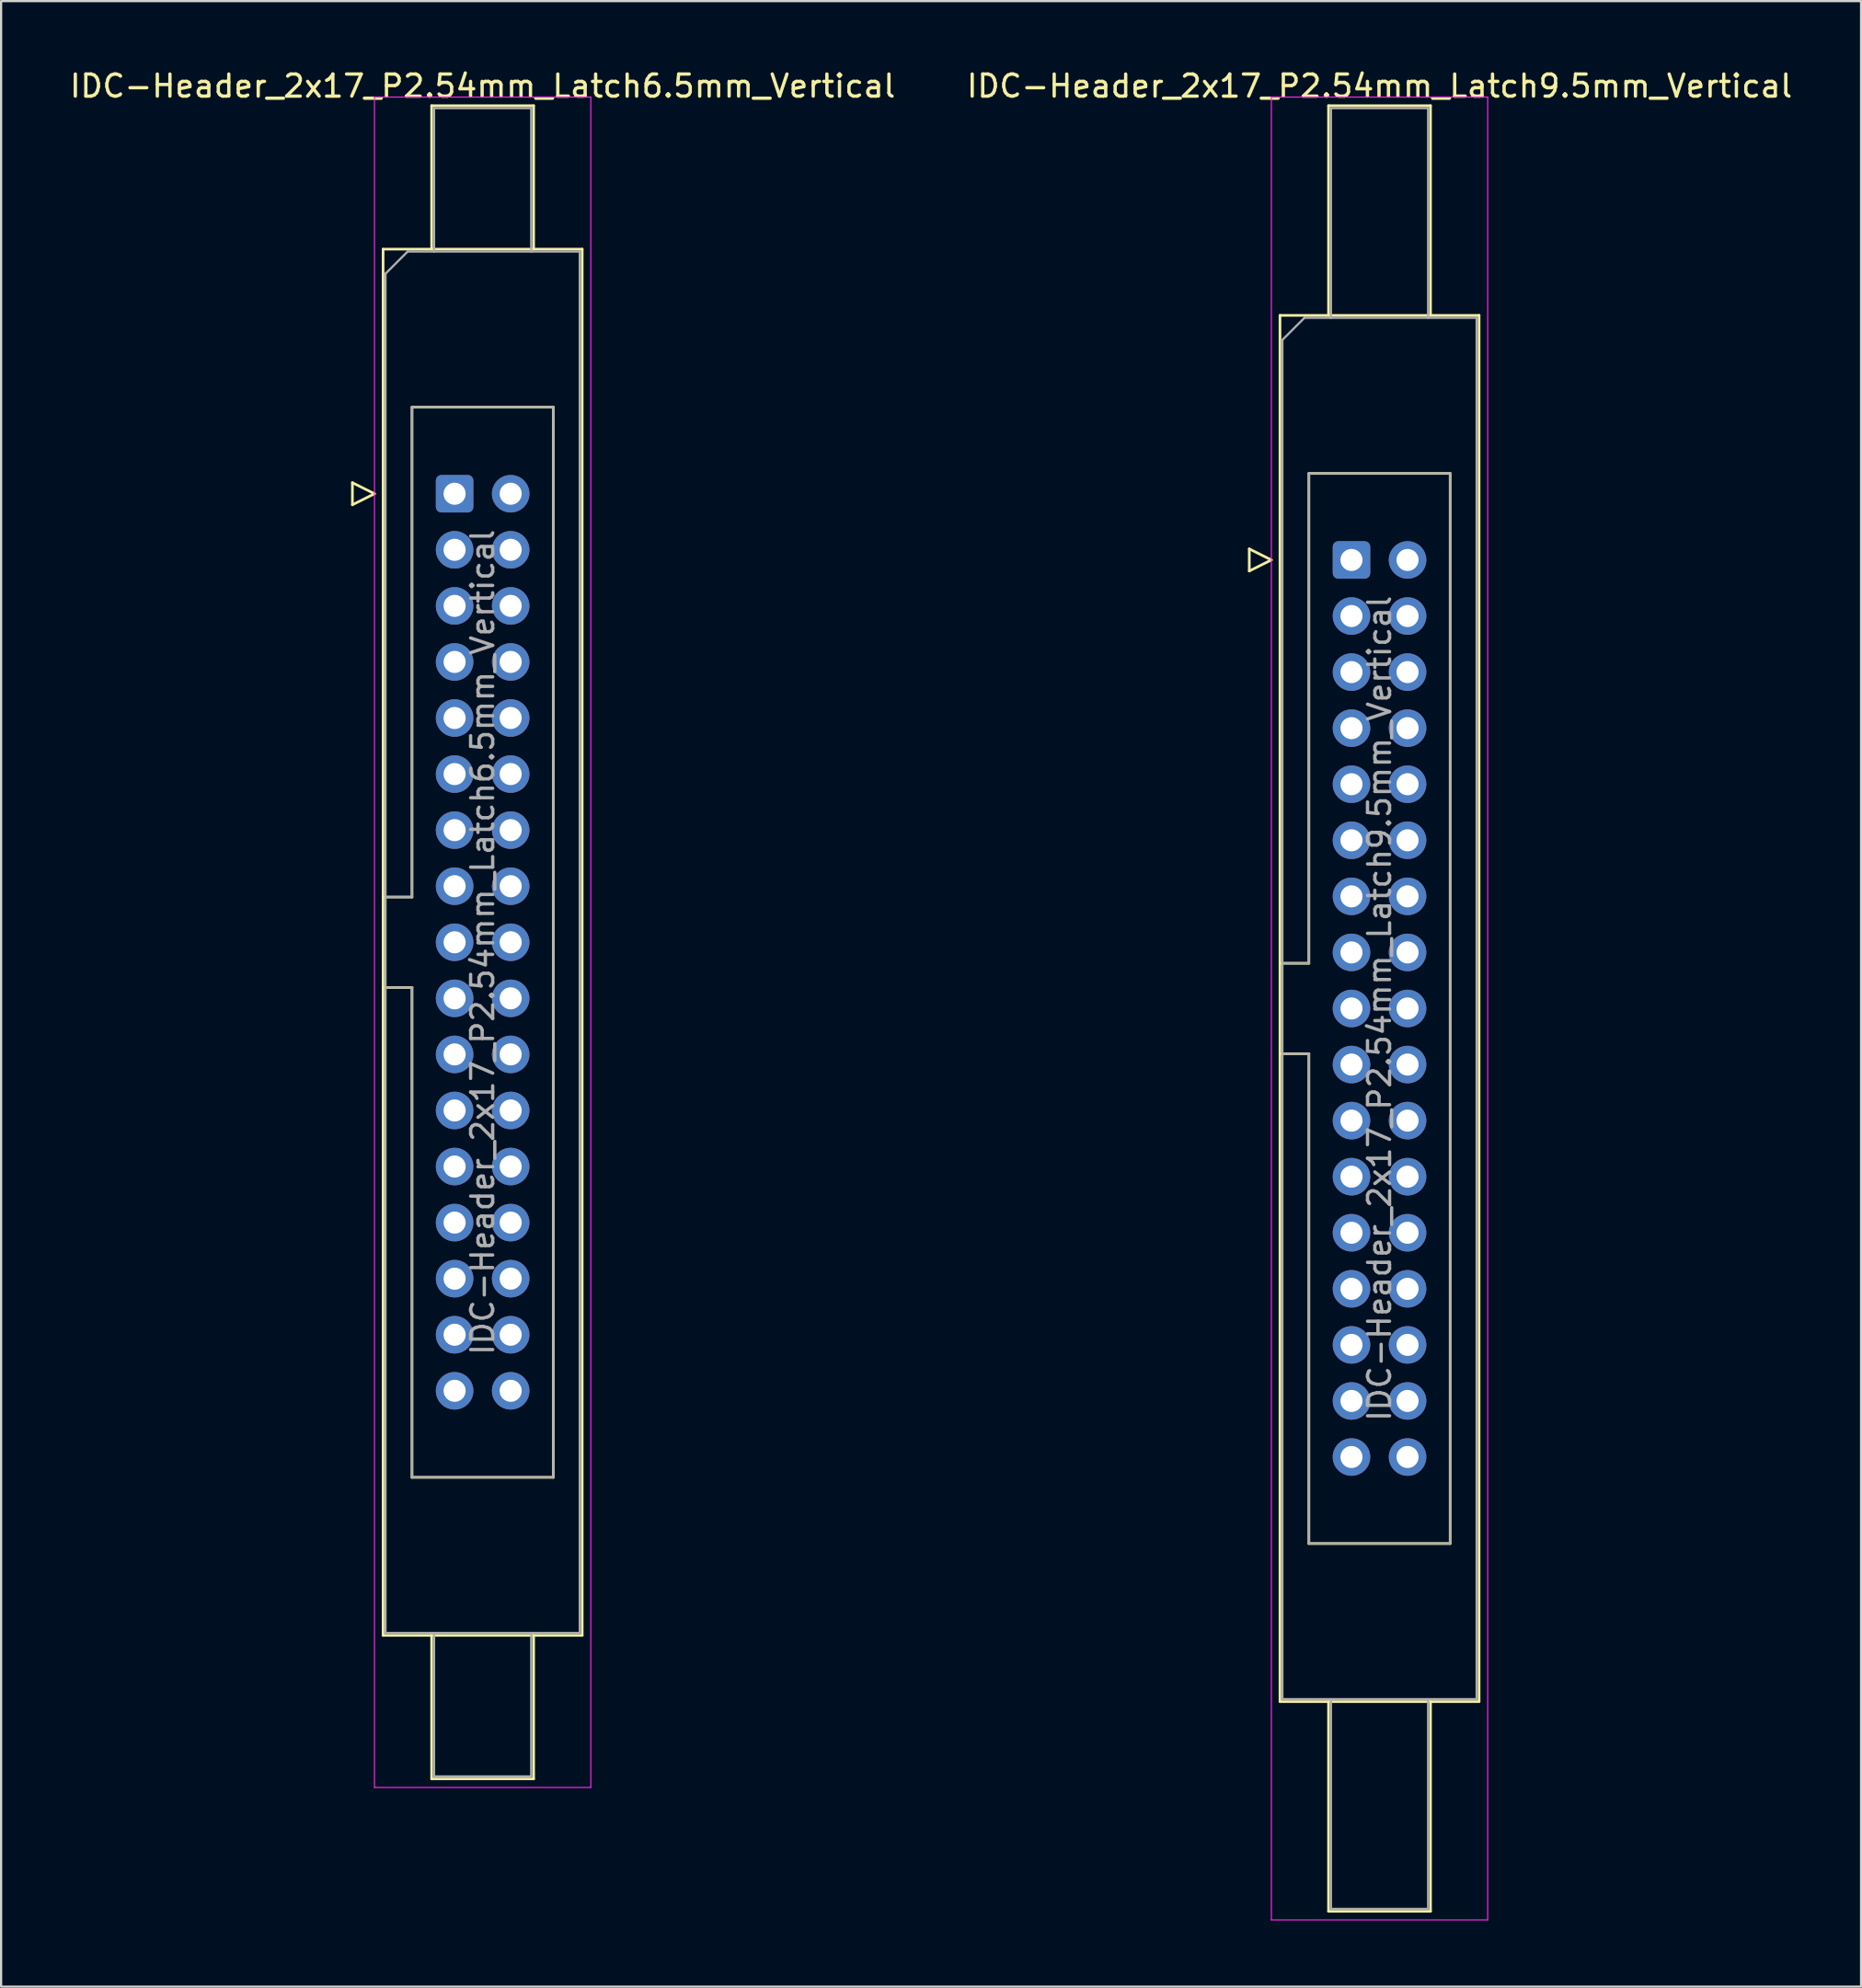
<source format=kicad_pcb>
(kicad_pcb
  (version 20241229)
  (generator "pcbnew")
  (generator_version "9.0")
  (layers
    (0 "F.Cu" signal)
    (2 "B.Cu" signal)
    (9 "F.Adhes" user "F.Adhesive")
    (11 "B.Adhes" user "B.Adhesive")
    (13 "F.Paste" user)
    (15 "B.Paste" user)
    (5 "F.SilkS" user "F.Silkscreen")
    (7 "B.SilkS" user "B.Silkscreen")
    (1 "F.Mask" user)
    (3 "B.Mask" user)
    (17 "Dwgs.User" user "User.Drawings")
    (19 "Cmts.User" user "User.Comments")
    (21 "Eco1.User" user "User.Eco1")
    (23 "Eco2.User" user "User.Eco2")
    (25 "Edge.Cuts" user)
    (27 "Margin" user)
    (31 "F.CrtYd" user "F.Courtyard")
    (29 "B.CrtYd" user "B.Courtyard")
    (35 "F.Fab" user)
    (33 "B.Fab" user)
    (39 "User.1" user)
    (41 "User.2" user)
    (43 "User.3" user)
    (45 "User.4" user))
  (footprint "IDC-Header_2x17_P2.54mm_Latch6.5mm_Vertical"
    (layer "F.Cu")
    (at 17.545 19.318)
    (property "Reference" "IDC-Header_2x17_P2.54mm_Latch6.5mm_Vertical" (at 1.27 -18.47 0) (layer "F.SilkS") (effects (font (size 1 1) (thickness 0.15))))
    (attr through_hole)
    (fp_line (start -4.63 -0.5) (end -4.63 0.5) (stroke (width 0.12) (type solid)) (layer "F.SilkS"))
    (fp_line (start -4.63 0.5) (end -3.63 0) (stroke (width 0.12) (type solid)) (layer "F.SilkS"))
    (fp_line (start -3.63 0) (end -4.63 -0.5) (stroke (width 0.12) (type solid)) (layer "F.SilkS"))
    (fp_line (start -3.24 -11.08) (end 5.78 -11.08) (stroke (width 0.12) (type solid)) (layer "F.SilkS"))
    (fp_line (start -3.24 18.27) (end -1.93 18.27) (stroke (width 0.12) (type solid)) (layer "F.SilkS"))
    (fp_line (start -3.24 51.72) (end -3.24 -11.08) (stroke (width 0.12) (type solid)) (layer "F.SilkS"))
    (fp_line (start -1.93 -3.92) (end 4.47 -3.92) (stroke (width 0.12) (type solid)) (layer "F.SilkS"))
    (fp_line (start -1.93 18.27) (end -1.93 -3.92) (stroke (width 0.12) (type solid)) (layer "F.SilkS"))
    (fp_line (start -1.93 22.37) (end -3.24 22.37) (stroke (width 0.12) (type solid)) (layer "F.SilkS"))
    (fp_line (start -1.93 44.56) (end -1.93 22.37) (stroke (width 0.12) (type solid)) (layer "F.SilkS"))
    (fp_line (start -1.04 -17.58) (end 3.58 -17.58) (stroke (width 0.12) (type solid)) (layer "F.SilkS"))
    (fp_line (start -1.04 -11.08) (end -1.04 -17.58) (stroke (width 0.12) (type solid)) (layer "F.SilkS"))
    (fp_line (start -1.04 51.72) (end -1.04 58.22) (stroke (width 0.12) (type solid)) (layer "F.SilkS"))
    (fp_line (start -1.04 58.22) (end 3.58 58.22) (stroke (width 0.12) (type solid)) (layer "F.SilkS"))
    (fp_line (start 3.58 -17.58) (end 3.58 -11.08) (stroke (width 0.12) (type solid)) (layer "F.SilkS"))
    (fp_line (start 3.58 58.22) (end 3.58 51.72) (stroke (width 0.12) (type solid)) (layer "F.SilkS"))
    (fp_line (start 4.47 -3.92) (end 4.47 44.56) (stroke (width 0.12) (type solid)) (layer "F.SilkS"))
    (fp_line (start 4.47 44.56) (end -1.93 44.56) (stroke (width 0.12) (type solid)) (layer "F.SilkS"))
    (fp_line (start 5.78 -11.08) (end 5.78 51.72) (stroke (width 0.12) (type solid)) (layer "F.SilkS"))
    (fp_line (start 5.78 51.72) (end -3.24 51.72) (stroke (width 0.12) (type solid)) (layer "F.SilkS"))
    (fp_line (start -3.63 -17.97) (end -3.63 58.61) (stroke (width 0.05) (type solid)) (layer "F.CrtYd"))
    (fp_line (start -3.63 58.61) (end 6.17 58.61) (stroke (width 0.05) (type solid)) (layer "F.CrtYd"))
    (fp_line (start 6.17 -17.97) (end -3.63 -17.97) (stroke (width 0.05) (type solid)) (layer "F.CrtYd"))
    (fp_line (start 6.17 58.61) (end 6.17 -17.97) (stroke (width 0.05) (type solid)) (layer "F.CrtYd"))
    (fp_line (start -3.13 -9.97) (end -2.13 -10.97) (stroke (width 0.1) (type solid)) (layer "F.Fab"))
    (fp_line (start -3.13 18.27) (end -1.93 18.27) (stroke (width 0.1) (type solid)) (layer "F.Fab"))
    (fp_line (start -3.13 51.61) (end -3.13 -9.97) (stroke (width 0.1) (type solid)) (layer "F.Fab"))
    (fp_line (start -2.13 -10.97) (end 5.67 -10.97) (stroke (width 0.1) (type solid)) (layer "F.Fab"))
    (fp_line (start -1.93 -3.92) (end 4.47 -3.92) (stroke (width 0.1) (type solid)) (layer "F.Fab"))
    (fp_line (start -1.93 18.27) (end -1.93 -3.92) (stroke (width 0.1) (type solid)) (layer "F.Fab"))
    (fp_line (start -1.93 22.37) (end -3.13 22.37) (stroke (width 0.1) (type solid)) (layer "F.Fab"))
    (fp_line (start -1.93 44.56) (end -1.93 22.37) (stroke (width 0.1) (type solid)) (layer "F.Fab"))
    (fp_line (start -0.93 -17.47) (end 3.47 -17.47) (stroke (width 0.1) (type solid)) (layer "F.Fab"))
    (fp_line (start -0.93 -10.97) (end -0.93 -17.47) (stroke (width 0.1) (type solid)) (layer "F.Fab"))
    (fp_line (start -0.93 51.61) (end -0.93 58.11) (stroke (width 0.1) (type solid)) (layer "F.Fab"))
    (fp_line (start -0.93 58.11) (end 3.47 58.11) (stroke (width 0.1) (type solid)) (layer "F.Fab"))
    (fp_line (start 3.47 -17.47) (end 3.47 -10.97) (stroke (width 0.1) (type solid)) (layer "F.Fab"))
    (fp_line (start 3.47 58.11) (end 3.47 51.61) (stroke (width 0.1) (type solid)) (layer "F.Fab"))
    (fp_line (start 4.47 -3.92) (end 4.47 44.56) (stroke (width 0.1) (type solid)) (layer "F.Fab"))
    (fp_line (start 4.47 44.56) (end -1.93 44.56) (stroke (width 0.1) (type solid)) (layer "F.Fab"))
    (fp_line (start 5.67 -10.97) (end 5.67 51.61) (stroke (width 0.1) (type solid)) (layer "F.Fab"))
    (fp_line (start 5.67 51.61) (end -3.13 51.61) (stroke (width 0.1) (type solid)) (layer "F.Fab"))
    (fp_text user "${REFERENCE}" (at 1.27 20.32 90) (layer "F.Fab") (effects (font (size 1 1) (thickness 0.15))))
    (pad "1" thru_hole roundrect (at 0 0) (size 1.7 1.7) (drill 1) (layers "*.Cu" "*.Mask") (roundrect_rratio 0.147))
    (pad "2" thru_hole circle (at 2.54 0) (size 1.7 1.7) (drill 1) (layers "*.Cu" "*.Mask"))
    (pad "3" thru_hole circle (at 0 2.54) (size 1.7 1.7) (drill 1) (layers "*.Cu" "*.Mask"))
    (pad "4" thru_hole circle (at 2.54 2.54) (size 1.7 1.7) (drill 1) (layers "*.Cu" "*.Mask"))
    (pad "5" thru_hole circle (at 0 5.08) (size 1.7 1.7) (drill 1) (layers "*.Cu" "*.Mask"))
    (pad "6" thru_hole circle (at 2.54 5.08) (size 1.7 1.7) (drill 1) (layers "*.Cu" "*.Mask"))
    (pad "7" thru_hole circle (at 0 7.62) (size 1.7 1.7) (drill 1) (layers "*.Cu" "*.Mask"))
    (pad "8" thru_hole circle (at 2.54 7.62) (size 1.7 1.7) (drill 1) (layers "*.Cu" "*.Mask"))
    (pad "9" thru_hole circle (at 0 10.16) (size 1.7 1.7) (drill 1) (layers "*.Cu" "*.Mask"))
    (pad "10" thru_hole circle (at 2.54 10.16) (size 1.7 1.7) (drill 1) (layers "*.Cu" "*.Mask"))
    (pad "11" thru_hole circle (at 0 12.7) (size 1.7 1.7) (drill 1) (layers "*.Cu" "*.Mask"))
    (pad "12" thru_hole circle (at 2.54 12.7) (size 1.7 1.7) (drill 1) (layers "*.Cu" "*.Mask"))
    (pad "13" thru_hole circle (at 0 15.24) (size 1.7 1.7) (drill 1) (layers "*.Cu" "*.Mask"))
    (pad "14" thru_hole circle (at 2.54 15.24) (size 1.7 1.7) (drill 1) (layers "*.Cu" "*.Mask"))
    (pad "15" thru_hole circle (at 0 17.78) (size 1.7 1.7) (drill 1) (layers "*.Cu" "*.Mask"))
    (pad "16" thru_hole circle (at 2.54 17.78) (size 1.7 1.7) (drill 1) (layers "*.Cu" "*.Mask"))
    (pad "17" thru_hole circle (at 0 20.32) (size 1.7 1.7) (drill 1) (layers "*.Cu" "*.Mask"))
    (pad "18" thru_hole circle (at 2.54 20.32) (size 1.7 1.7) (drill 1) (layers "*.Cu" "*.Mask"))
    (pad "19" thru_hole circle (at 0 22.86) (size 1.7 1.7) (drill 1) (layers "*.Cu" "*.Mask"))
    (pad "20" thru_hole circle (at 2.54 22.86) (size 1.7 1.7) (drill 1) (layers "*.Cu" "*.Mask"))
    (pad "21" thru_hole circle (at 0 25.4) (size 1.7 1.7) (drill 1) (layers "*.Cu" "*.Mask"))
    (pad "22" thru_hole circle (at 2.54 25.4) (size 1.7 1.7) (drill 1) (layers "*.Cu" "*.Mask"))
    (pad "23" thru_hole circle (at 0 27.94) (size 1.7 1.7) (drill 1) (layers "*.Cu" "*.Mask"))
    (pad "24" thru_hole circle (at 2.54 27.94) (size 1.7 1.7) (drill 1) (layers "*.Cu" "*.Mask"))
    (pad "25" thru_hole circle (at 0 30.48) (size 1.7 1.7) (drill 1) (layers "*.Cu" "*.Mask"))
    (pad "26" thru_hole circle (at 2.54 30.48) (size 1.7 1.7) (drill 1) (layers "*.Cu" "*.Mask"))
    (pad "27" thru_hole circle (at 0 33.02) (size 1.7 1.7) (drill 1) (layers "*.Cu" "*.Mask"))
    (pad "28" thru_hole circle (at 2.54 33.02) (size 1.7 1.7) (drill 1) (layers "*.Cu" "*.Mask"))
    (pad "29" thru_hole circle (at 0 35.56) (size 1.7 1.7) (drill 1) (layers "*.Cu" "*.Mask"))
    (pad "30" thru_hole circle (at 2.54 35.56) (size 1.7 1.7) (drill 1) (layers "*.Cu" "*.Mask"))
    (pad "31" thru_hole circle (at 0 38.1) (size 1.7 1.7) (drill 1) (layers "*.Cu" "*.Mask"))
    (pad "32" thru_hole circle (at 2.54 38.1) (size 1.7 1.7) (drill 1) (layers "*.Cu" "*.Mask"))
    (pad "33" thru_hole circle (at 0 40.64) (size 1.7 1.7) (drill 1) (layers "*.Cu" "*.Mask"))
    (pad "34" thru_hole circle (at 2.54 40.64) (size 1.7 1.7) (drill 1) (layers "*.Cu" "*.Mask")))
  (footprint "IDC-Header_2x17_P2.54mm_Latch9.5mm_Vertical"
    (layer "F.Cu")
    (at 58.176 22.318)
    (property "Reference" "IDC-Header_2x17_P2.54mm_Latch9.5mm_Vertical" (at 1.27 -21.47 0) (layer "F.SilkS") (effects (font (size 1 1) (thickness 0.15))))
    (attr through_hole)
    (fp_line (start -4.63 -0.5) (end -4.63 0.5) (stroke (width 0.12) (type solid)) (layer "F.SilkS"))
    (fp_line (start -4.63 0.5) (end -3.63 0) (stroke (width 0.12) (type solid)) (layer "F.SilkS"))
    (fp_line (start -3.63 0) (end -4.63 -0.5) (stroke (width 0.12) (type solid)) (layer "F.SilkS"))
    (fp_line (start -3.24 -11.08) (end 5.78 -11.08) (stroke (width 0.12) (type solid)) (layer "F.SilkS"))
    (fp_line (start -3.24 18.27) (end -1.93 18.27) (stroke (width 0.12) (type solid)) (layer "F.SilkS"))
    (fp_line (start -3.24 51.72) (end -3.24 -11.08) (stroke (width 0.12) (type solid)) (layer "F.SilkS"))
    (fp_line (start -1.93 -3.92) (end 4.47 -3.92) (stroke (width 0.12) (type solid)) (layer "F.SilkS"))
    (fp_line (start -1.93 18.27) (end -1.93 -3.92) (stroke (width 0.12) (type solid)) (layer "F.SilkS"))
    (fp_line (start -1.93 22.37) (end -3.24 22.37) (stroke (width 0.12) (type solid)) (layer "F.SilkS"))
    (fp_line (start -1.93 44.56) (end -1.93 22.37) (stroke (width 0.12) (type solid)) (layer "F.SilkS"))
    (fp_line (start -1.04 -20.58) (end 3.58 -20.58) (stroke (width 0.12) (type solid)) (layer "F.SilkS"))
    (fp_line (start -1.04 -11.08) (end -1.04 -20.58) (stroke (width 0.12) (type solid)) (layer "F.SilkS"))
    (fp_line (start -1.04 51.72) (end -1.04 61.22) (stroke (width 0.12) (type solid)) (layer "F.SilkS"))
    (fp_line (start -1.04 61.22) (end 3.58 61.22) (stroke (width 0.12) (type solid)) (layer "F.SilkS"))
    (fp_line (start 3.58 -20.58) (end 3.58 -11.08) (stroke (width 0.12) (type solid)) (layer "F.SilkS"))
    (fp_line (start 3.58 61.22) (end 3.58 51.72) (stroke (width 0.12) (type solid)) (layer "F.SilkS"))
    (fp_line (start 4.47 -3.92) (end 4.47 44.56) (stroke (width 0.12) (type solid)) (layer "F.SilkS"))
    (fp_line (start 4.47 44.56) (end -1.93 44.56) (stroke (width 0.12) (type solid)) (layer "F.SilkS"))
    (fp_line (start 5.78 -11.08) (end 5.78 51.72) (stroke (width 0.12) (type solid)) (layer "F.SilkS"))
    (fp_line (start 5.78 51.72) (end -3.24 51.72) (stroke (width 0.12) (type solid)) (layer "F.SilkS"))
    (fp_line (start -3.63 -20.97) (end -3.63 61.61) (stroke (width 0.05) (type solid)) (layer "F.CrtYd"))
    (fp_line (start -3.63 61.61) (end 6.17 61.61) (stroke (width 0.05) (type solid)) (layer "F.CrtYd"))
    (fp_line (start 6.17 -20.97) (end -3.63 -20.97) (stroke (width 0.05) (type solid)) (layer "F.CrtYd"))
    (fp_line (start 6.17 61.61) (end 6.17 -20.97) (stroke (width 0.05) (type solid)) (layer "F.CrtYd"))
    (fp_line (start -3.13 -9.97) (end -2.13 -10.97) (stroke (width 0.1) (type solid)) (layer "F.Fab"))
    (fp_line (start -3.13 18.27) (end -1.93 18.27) (stroke (width 0.1) (type solid)) (layer "F.Fab"))
    (fp_line (start -3.13 51.61) (end -3.13 -9.97) (stroke (width 0.1) (type solid)) (layer "F.Fab"))
    (fp_line (start -2.13 -10.97) (end 5.67 -10.97) (stroke (width 0.1) (type solid)) (layer "F.Fab"))
    (fp_line (start -1.93 -3.92) (end 4.47 -3.92) (stroke (width 0.1) (type solid)) (layer "F.Fab"))
    (fp_line (start -1.93 18.27) (end -1.93 -3.92) (stroke (width 0.1) (type solid)) (layer "F.Fab"))
    (fp_line (start -1.93 22.37) (end -3.13 22.37) (stroke (width 0.1) (type solid)) (layer "F.Fab"))
    (fp_line (start -1.93 44.56) (end -1.93 22.37) (stroke (width 0.1) (type solid)) (layer "F.Fab"))
    (fp_line (start -0.93 -20.47) (end 3.47 -20.47) (stroke (width 0.1) (type solid)) (layer "F.Fab"))
    (fp_line (start -0.93 -10.97) (end -0.93 -20.47) (stroke (width 0.1) (type solid)) (layer "F.Fab"))
    (fp_line (start -0.93 51.61) (end -0.93 61.11) (stroke (width 0.1) (type solid)) (layer "F.Fab"))
    (fp_line (start -0.93 61.11) (end 3.47 61.11) (stroke (width 0.1) (type solid)) (layer "F.Fab"))
    (fp_line (start 3.47 -20.47) (end 3.47 -10.97) (stroke (width 0.1) (type solid)) (layer "F.Fab"))
    (fp_line (start 3.47 61.11) (end 3.47 51.61) (stroke (width 0.1) (type solid)) (layer "F.Fab"))
    (fp_line (start 4.47 -3.92) (end 4.47 44.56) (stroke (width 0.1) (type solid)) (layer "F.Fab"))
    (fp_line (start 4.47 44.56) (end -1.93 44.56) (stroke (width 0.1) (type solid)) (layer "F.Fab"))
    (fp_line (start 5.67 -10.97) (end 5.67 51.61) (stroke (width 0.1) (type solid)) (layer "F.Fab"))
    (fp_line (start 5.67 51.61) (end -3.13 51.61) (stroke (width 0.1) (type solid)) (layer "F.Fab"))
    (fp_text user "${REFERENCE}" (at 1.27 20.32 90) (layer "F.Fab") (effects (font (size 1 1) (thickness 0.15))))
    (pad "1" thru_hole roundrect (at 0 0) (size 1.7 1.7) (drill 1) (layers "*.Cu" "*.Mask") (roundrect_rratio 0.147))
    (pad "2" thru_hole circle (at 2.54 0) (size 1.7 1.7) (drill 1) (layers "*.Cu" "*.Mask"))
    (pad "3" thru_hole circle (at 0 2.54) (size 1.7 1.7) (drill 1) (layers "*.Cu" "*.Mask"))
    (pad "4" thru_hole circle (at 2.54 2.54) (size 1.7 1.7) (drill 1) (layers "*.Cu" "*.Mask"))
    (pad "5" thru_hole circle (at 0 5.08) (size 1.7 1.7) (drill 1) (layers "*.Cu" "*.Mask"))
    (pad "6" thru_hole circle (at 2.54 5.08) (size 1.7 1.7) (drill 1) (layers "*.Cu" "*.Mask"))
    (pad "7" thru_hole circle (at 0 7.62) (size 1.7 1.7) (drill 1) (layers "*.Cu" "*.Mask"))
    (pad "8" thru_hole circle (at 2.54 7.62) (size 1.7 1.7) (drill 1) (layers "*.Cu" "*.Mask"))
    (pad "9" thru_hole circle (at 0 10.16) (size 1.7 1.7) (drill 1) (layers "*.Cu" "*.Mask"))
    (pad "10" thru_hole circle (at 2.54 10.16) (size 1.7 1.7) (drill 1) (layers "*.Cu" "*.Mask"))
    (pad "11" thru_hole circle (at 0 12.7) (size 1.7 1.7) (drill 1) (layers "*.Cu" "*.Mask"))
    (pad "12" thru_hole circle (at 2.54 12.7) (size 1.7 1.7) (drill 1) (layers "*.Cu" "*.Mask"))
    (pad "13" thru_hole circle (at 0 15.24) (size 1.7 1.7) (drill 1) (layers "*.Cu" "*.Mask"))
    (pad "14" thru_hole circle (at 2.54 15.24) (size 1.7 1.7) (drill 1) (layers "*.Cu" "*.Mask"))
    (pad "15" thru_hole circle (at 0 17.78) (size 1.7 1.7) (drill 1) (layers "*.Cu" "*.Mask"))
    (pad "16" thru_hole circle (at 2.54 17.78) (size 1.7 1.7) (drill 1) (layers "*.Cu" "*.Mask"))
    (pad "17" thru_hole circle (at 0 20.32) (size 1.7 1.7) (drill 1) (layers "*.Cu" "*.Mask"))
    (pad "18" thru_hole circle (at 2.54 20.32) (size 1.7 1.7) (drill 1) (layers "*.Cu" "*.Mask"))
    (pad "19" thru_hole circle (at 0 22.86) (size 1.7 1.7) (drill 1) (layers "*.Cu" "*.Mask"))
    (pad "20" thru_hole circle (at 2.54 22.86) (size 1.7 1.7) (drill 1) (layers "*.Cu" "*.Mask"))
    (pad "21" thru_hole circle (at 0 25.4) (size 1.7 1.7) (drill 1) (layers "*.Cu" "*.Mask"))
    (pad "22" thru_hole circle (at 2.54 25.4) (size 1.7 1.7) (drill 1) (layers "*.Cu" "*.Mask"))
    (pad "23" thru_hole circle (at 0 27.94) (size 1.7 1.7) (drill 1) (layers "*.Cu" "*.Mask"))
    (pad "24" thru_hole circle (at 2.54 27.94) (size 1.7 1.7) (drill 1) (layers "*.Cu" "*.Mask"))
    (pad "25" thru_hole circle (at 0 30.48) (size 1.7 1.7) (drill 1) (layers "*.Cu" "*.Mask"))
    (pad "26" thru_hole circle (at 2.54 30.48) (size 1.7 1.7) (drill 1) (layers "*.Cu" "*.Mask"))
    (pad "27" thru_hole circle (at 0 33.02) (size 1.7 1.7) (drill 1) (layers "*.Cu" "*.Mask"))
    (pad "28" thru_hole circle (at 2.54 33.02) (size 1.7 1.7) (drill 1) (layers "*.Cu" "*.Mask"))
    (pad "29" thru_hole circle (at 0 35.56) (size 1.7 1.7) (drill 1) (layers "*.Cu" "*.Mask"))
    (pad "30" thru_hole circle (at 2.54 35.56) (size 1.7 1.7) (drill 1) (layers "*.Cu" "*.Mask"))
    (pad "31" thru_hole circle (at 0 38.1) (size 1.7 1.7) (drill 1) (layers "*.Cu" "*.Mask"))
    (pad "32" thru_hole circle (at 2.54 38.1) (size 1.7 1.7) (drill 1) (layers "*.Cu" "*.Mask"))
    (pad "33" thru_hole circle (at 0 40.64) (size 1.7 1.7) (drill 1) (layers "*.Cu" "*.Mask"))
    (pad "34" thru_hole circle (at 2.54 40.64) (size 1.7 1.7) (drill 1) (layers "*.Cu" "*.Mask")))
  (gr_rect
    (start -3 -3)
    (end 81.262 86.953)
    (stroke (width 0.1) (type default))
    (fill no)
    (layer "Edge.Cuts")))
</source>
